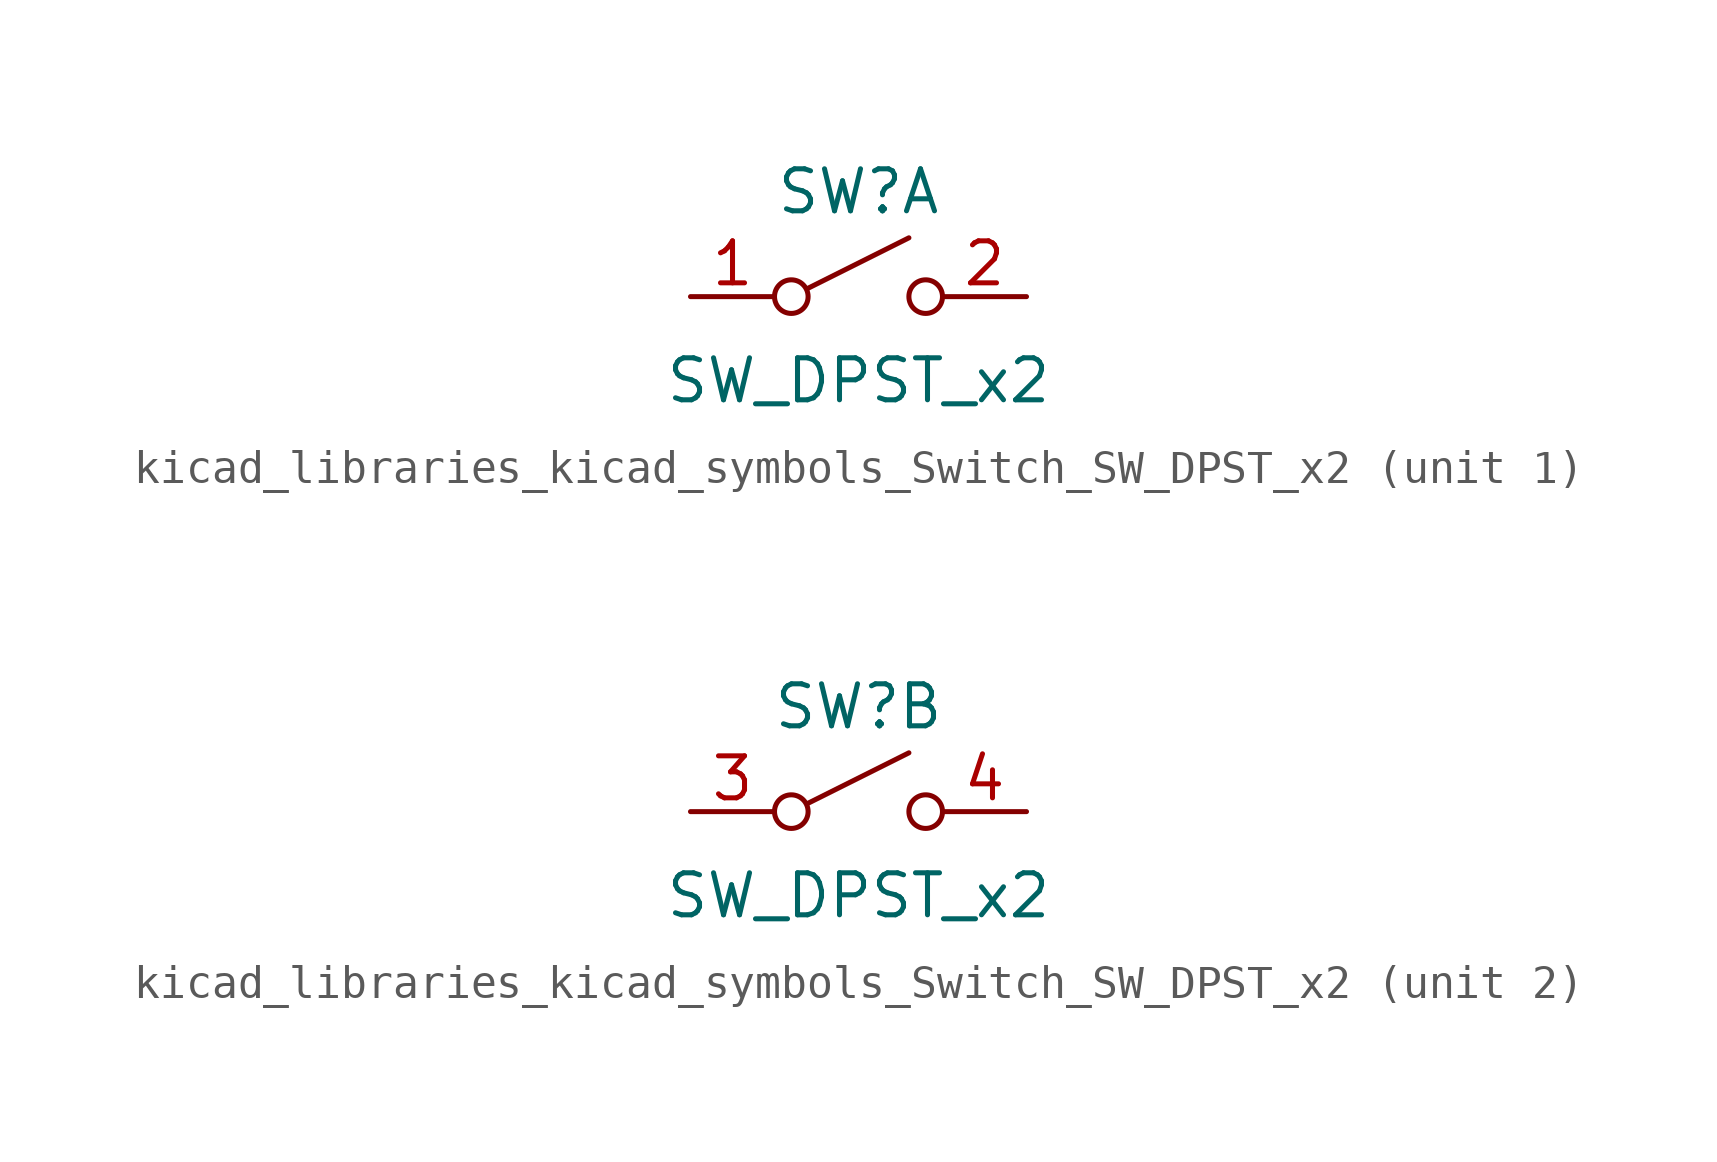
<source format=kicad_sym>
(kicad_symbol_lib
  (version 20220914)
  (generator kicad_symbol_editor)
  (symbol "kicad_libraries_kicad_symbols_Switch_SW_DPST_x2"
    (pin_names
      (offset 0) hide)
    (property "Reference" "SW"
      (at 0 3.175 0)
      (effects (font (size 1.27 1.27))))
    (property "Value" "SW_DPST_x2"
      (at 0 -2.54 0)
      (effects (font (size 1.27 1.27))))
    (symbol "kicad_libraries_kicad_symbols_Switch_SW_DPST_x2_0_0"
      (circle (center -2.032 0) (radius 0.508) (stroke (width 0) (type default)) (fill (type none)))
      (polyline (pts (xy -1.524 0.254) (xy 1.524 1.778)) (stroke (width 0) (type default)) (fill (type none)))
      (circle (center 2.032 0) (radius 0.508) (stroke (width 0) (type default)) (fill (type none))))
    (symbol "kicad_libraries_kicad_symbols_Switch_SW_DPST_x2_1_1"
      (pin passive line (at -5.08 0 0) (length 2.54) (name "A" (effects (font (size 1.27 1.27)))) (number "1" (effects (font (size 1.27 1.27)))))
      (pin passive line (at 5.08 0 180) (length 2.54) (name "B" (effects (font (size 1.27 1.27)))) (number "2" (effects (font (size 1.27 1.27))))))
    (symbol "kicad_libraries_kicad_symbols_Switch_SW_DPST_x2_2_1"
      (pin passive line (at -5.08 0 0) (length 2.54) (name "A" (effects (font (size 1.27 1.27)))) (number "3" (effects (font (size 1.27 1.27)))))
      (pin passive line (at 5.08 0 180) (length 2.54) (name "B" (effects (font (size 1.27 1.27)))) (number "4" (effects (font (size 1.27 1.27))))))))
</source>
